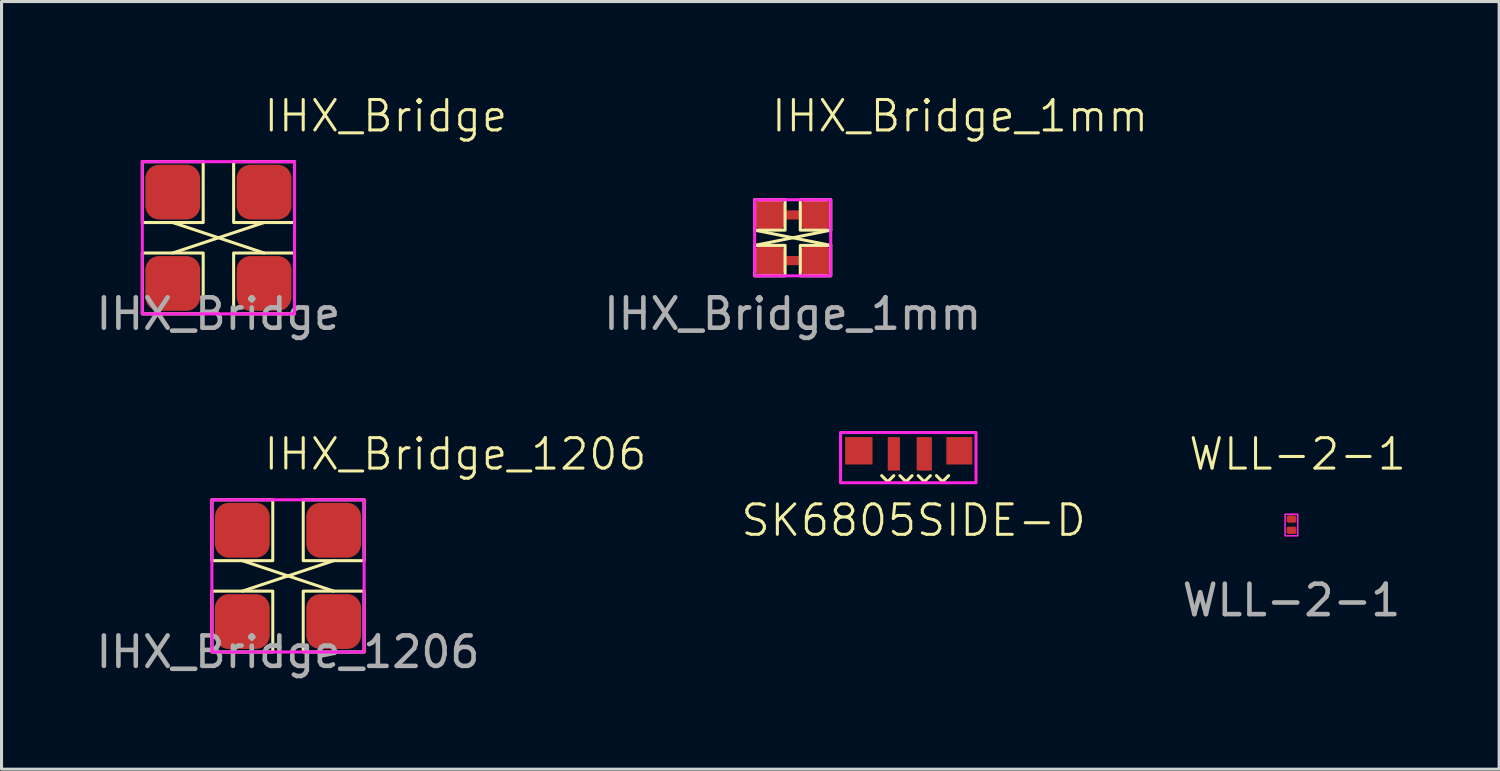
<source format=kicad_pcb>
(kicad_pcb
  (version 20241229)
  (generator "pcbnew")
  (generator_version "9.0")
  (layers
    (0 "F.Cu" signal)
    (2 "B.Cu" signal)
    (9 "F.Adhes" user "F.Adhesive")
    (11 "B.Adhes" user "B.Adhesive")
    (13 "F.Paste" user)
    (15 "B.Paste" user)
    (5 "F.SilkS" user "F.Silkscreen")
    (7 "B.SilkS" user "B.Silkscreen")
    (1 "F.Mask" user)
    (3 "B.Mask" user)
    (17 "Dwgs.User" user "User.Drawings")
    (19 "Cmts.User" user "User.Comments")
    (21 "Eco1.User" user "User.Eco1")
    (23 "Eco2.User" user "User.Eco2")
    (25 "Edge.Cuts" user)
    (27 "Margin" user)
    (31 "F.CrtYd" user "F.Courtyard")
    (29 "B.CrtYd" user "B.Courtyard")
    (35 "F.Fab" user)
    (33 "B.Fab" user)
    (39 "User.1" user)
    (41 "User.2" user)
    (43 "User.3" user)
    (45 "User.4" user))
  (footprint "IHX_Bridge_1mm"
    (layer "F.Cu")
    (at 22.99 4.761)
    (property "Reference" "IHX_Bridge_1mm" (at 5.5 -4 0) (unlocked yes) (layer "F.SilkS") (effects (font (size 1 1) (thickness 0.1))))
    (attr smd)
    (fp_line (start -1.25 -0.25) (end 1.25 0.25) (stroke (width 0.1) (type default)) (layer "F.SilkS"))
    (fp_line (start 1.25 -0.25) (end -1.25 0.25) (stroke (width 0.1) (type default)) (layer "F.SilkS"))
    (fp_rect (start -1.25 -1.25) (end -0.25 -0.25) (stroke (width 0.1) (type default)) (fill no) (layer "F.SilkS"))
    (fp_rect (start -1.25 0.25) (end -0.25 1.25) (stroke (width 0.1) (type default)) (fill no) (layer "F.SilkS"))
    (fp_rect (start 0.25 -1.25) (end 1.25 -0.25) (stroke (width 0.1) (type default)) (fill no) (layer "F.SilkS"))
    (fp_rect (start 0.25 0.25) (end 1.25 1.25) (stroke (width 0.1) (type default)) (fill no) (layer "F.SilkS"))
    (fp_rect (start -1.25 -1.25) (end 1.25 1.25) (stroke (width 0.1) (type default)) (fill no) (layer "F.CrtYd"))
    (fp_text user "${REFERENCE}" (at 0 2.5 0) (unlocked yes) (layer "F.Fab") (effects (font (size 1 1) (thickness 0.15))))
    (pad "1" smd roundrect (at -0.75 -0.75) (size 1 1) (layers "F.Cu" "F.Mask" "F.Paste") (roundrect_rratio 0.25))
    (pad "1" smd rect (at 0 -0.75) (size 1 0.3) (layers "F.Cu"))
    (pad "1" smd roundrect (at 0.75 -0.75) (size 1 1) (layers "F.Cu" "F.Mask" "F.Paste") (roundrect_rratio 0.25))
    (pad "2" smd roundrect (at -0.75 0.75) (size 1 1) (layers "F.Cu" "F.Mask" "F.Paste") (roundrect_rratio 0.25))
    (pad "2" smd rect (at 0 0.75) (size 1 0.3) (layers "F.Cu"))
    (pad "2" smd roundrect (at 0.75 0.75) (size 1 1) (layers "F.Cu" "F.Mask" "F.Paste") (roundrect_rratio 0.25)))
  (footprint "IHX_Bridge"
    (layer "F.Cu")
    (at 4.125 4.761)
    (property "Reference" "IHX_Bridge" (at 5.5 -4 0) (unlocked yes) (layer "F.SilkS") (effects (font (size 1 1) (thickness 0.1))))
    (attr smd)
    (fp_line (start -1.5 -0.5) (end 1.5 0.5) (stroke (width 0.1) (type default)) (layer "F.SilkS"))
    (fp_line (start 1.5 -0.5) (end -1.5 0.5) (stroke (width 0.1) (type default)) (layer "F.SilkS"))
    (fp_rect (start -2.5 -2.5) (end -0.5 -0.5) (stroke (width 0.1) (type default)) (fill no) (layer "F.SilkS"))
    (fp_rect (start -2.5 0.5) (end -0.5 2.5) (stroke (width 0.1) (type default)) (fill no) (layer "F.SilkS"))
    (fp_rect (start 0.5 -2.5) (end 2.5 -0.5) (stroke (width 0.1) (type default)) (fill no) (layer "F.SilkS"))
    (fp_rect (start 0.5 0.5) (end 2.5 2.5) (stroke (width 0.1) (type default)) (fill no) (layer "F.SilkS"))
    (fp_rect (start -2.5 -2.5) (end 2.5 2.5) (stroke (width 0.1) (type default)) (fill no) (layer "F.CrtYd"))
    (fp_text user "${REFERENCE}" (at 0 2.5 0) (unlocked yes) (layer "F.Fab") (effects (font (size 1 1) (thickness 0.15))))
    (pad "1" smd roundrect (at -1.5 -1.5) (size 1.8 1.8) (layers "F.Cu" "F.Mask" "F.Paste") (roundrect_rratio 0.25))
    (pad "2" smd roundrect (at 1.5 -1.5) (size 1.8 1.8) (layers "F.Cu" "F.Mask" "F.Paste") (roundrect_rratio 0.25))
    (pad "3" smd roundrect (at 1.5 1.5) (size 1.8 1.8) (layers "F.Cu" "F.Mask" "F.Paste") (roundrect_rratio 0.25))
    (pad "4" smd roundrect (at -1.5 1.5) (size 1.8 1.8) (layers "F.Cu" "F.Mask" "F.Paste") (roundrect_rratio 0.25)))
  (footprint "WLL-2-1"
    (layer "F.Cu")
    (at 39.376 14.169)
    (property "Reference" "WLL-2-1" (at 0.2 -2.3 0) (unlocked yes) (layer "F.SilkS") (effects (font (size 1 1) (thickness 0.1))))
    (attr smd)
    (fp_rect (start -0.21 -0.327) (end 0.206 0.384) (stroke (width 0.05) (type default)) (fill no) (layer "F.CrtYd"))
    (fp_text user "${REFERENCE}" (at 0 2.5 0) (unlocked yes) (layer "F.Fab") (effects (font (size 1 1) (thickness 0.15))))
    (pad "1" smd roundrect (at 0 -0.167) (size 0.32 0.24) (layers "F.Cu" "F.Mask" "F.Paste") (roundrect_rratio 0.25))
    (pad "2" smd roundrect (at 0 0.2) (size 0.32 0.24) (layers "F.Cu" "F.Mask" "F.Paste") (roundrect_rratio 0.25)))
  (footprint "SK6805SIDE-D"
    (layer "F.Cu")
    (at 26.963 11.759)
    (property "Reference" "SK6805SIDE-D" (at 0 2.286 0) (unlocked yes) (layer "F.SilkS") (effects (font (size 1 1) (thickness 0.1))))
    (attr smd)
    (fp_line (start -1.05 0.816) (end -0.85 1.016) (stroke (width 0.1) (type default)) (layer "F.SilkS"))
    (fp_line (start -0.85 1.016) (end -0.65 0.816) (stroke (width 0.1) (type default)) (layer "F.SilkS"))
    (fp_line (start -0.45 0.816) (end -0.25 1.016) (stroke (width 0.1) (type default)) (layer "F.SilkS"))
    (fp_line (start -0.25 1.016) (end -0.05 0.816) (stroke (width 0.1) (type default)) (layer "F.SilkS"))
    (fp_line (start 0.15 0.816) (end 0.35 1.016) (stroke (width 0.1) (type default)) (layer "F.SilkS"))
    (fp_line (start 0.35 1.016) (end 0.55 0.816) (stroke (width 0.1) (type default)) (layer "F.SilkS"))
    (fp_line (start 0.75 0.816) (end 0.95 1.016) (stroke (width 0.1) (type default)) (layer "F.SilkS"))
    (fp_line (start 0.95 1.016) (end 1.15 0.816) (stroke (width 0.1) (type default)) (layer "F.SilkS"))
    (fp_poly (pts (xy 2.05 1.05) (xy 2.05 -0.6) (xy -2.4 -0.6) (xy -2.4 1.05)) (stroke (width 0.1) (type solid)) (fill no) (layer "F.CrtYd"))
    (pad "1" smd rect (at -1.8 0) (size 0.9 0.9) (layers "F.Cu" "F.Mask" "F.Paste"))
    (pad "2" smd rect (at -0.65 0.1) (size 0.4 1.1) (layers "F.Cu" "F.Mask" "F.Paste"))
    (pad "3" smd rect (at 0.35 0.1) (size 0.5 1.1) (layers "F.Cu" "F.Mask" "F.Paste"))
    (pad "4" smd rect (at 1.5 0) (size 0.85 0.9) (layers "F.Cu" "F.Mask" "F.Paste")))
  (footprint "IHX_Bridge_1206"
    (layer "F.Cu")
    (at 6.411 15.869)
    (property "Reference" "IHX_Bridge_1206" (at 5.5 -4 0) (unlocked yes) (layer "F.SilkS") (effects (font (size 1 1) (thickness 0.1))))
    (attr smd)
    (fp_line (start -1.5 -0.5) (end 1.5 0.5) (stroke (width 0.1) (type default)) (layer "F.SilkS"))
    (fp_line (start 1.5 -0.5) (end -1.5 0.5) (stroke (width 0.1) (type default)) (layer "F.SilkS"))
    (fp_rect (start -2.5 -2.5) (end -0.5 -0.5) (stroke (width 0.1) (type default)) (fill no) (layer "F.SilkS"))
    (fp_rect (start -2.5 0.5) (end -0.5 2.5) (stroke (width 0.1) (type default)) (fill no) (layer "F.SilkS"))
    (fp_rect (start 0.5 -2.5) (end 2.5 -0.5) (stroke (width 0.1) (type default)) (fill no) (layer "F.SilkS"))
    (fp_rect (start 0.5 0.5) (end 2.5 2.5) (stroke (width 0.1) (type default)) (fill no) (layer "F.SilkS"))
    (fp_rect (start -2.5 -2.5) (end 2.5 2.5) (stroke (width 0.1) (type default)) (fill no) (layer "F.CrtYd"))
    (fp_text user "${REFERENCE}" (at 0 2.5 0) (unlocked yes) (layer "F.Fab") (effects (font (size 1 1) (thickness 0.15))))
    (pad "1" smd roundrect (at -1.5 -1.5) (size 1.8 1.8) (layers "F.Cu" "F.Mask" "F.Paste") (roundrect_rratio 0.25))
    (pad "2" smd roundrect (at 1.5 1.5) (size 1.8 1.8) (layers "F.Cu" "F.Mask" "F.Paste") (roundrect_rratio 0.25))
    (pad "3" smd roundrect (at 1.5 -1.5) (size 1.8 1.8) (layers "F.Cu" "F.Mask" "F.Paste") (roundrect_rratio 0.25))
    (pad "4" smd roundrect (at -1.5 1.5) (size 1.8 1.8) (layers "F.Cu" "F.Mask" "F.Paste") (roundrect_rratio 0.25)))
  (gr_rect
    (start -3 -3)
    (end 46.198 22.218)
    (stroke (width 0.1) (type default))
    (fill no)
    (layer "Edge.Cuts")))
</source>
